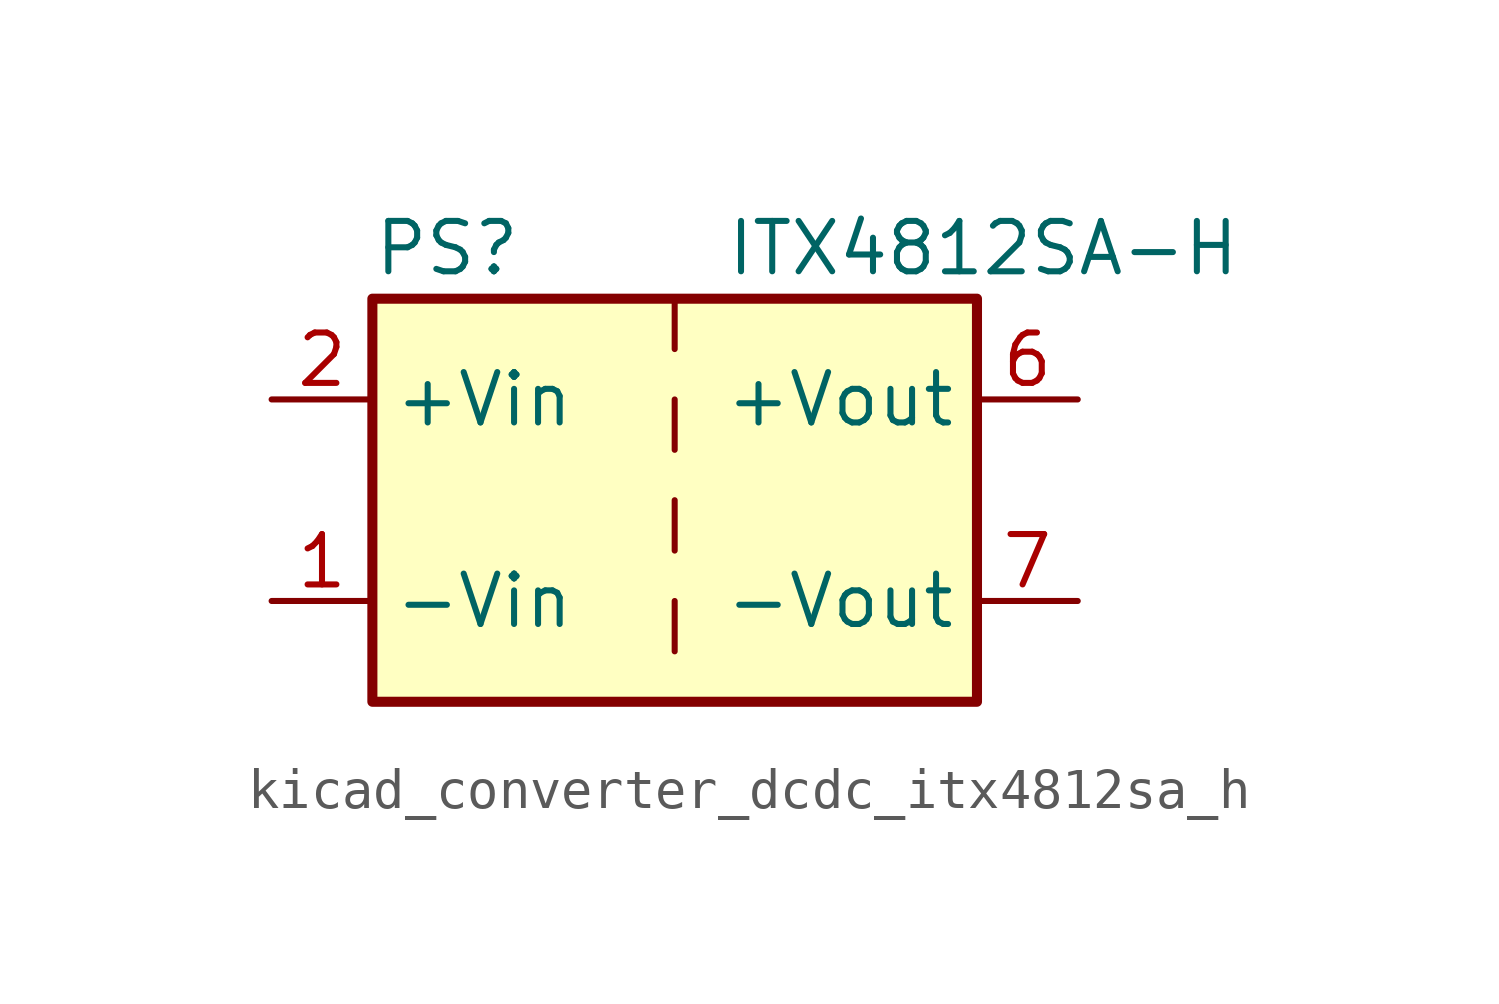
<source format=kicad_sym>
(kicad_symbol_lib
  (version 20220914)
  (generator kicad_symbol_editor)
  (symbol "kicad_converter_dcdc_itx4812sa_h"
    (property "Reference" "PS"
      (at -7.62 6.35 0)
      (effects (font (size 1.27 1.27)) (justify left)))
    (property "Value" "ITX4812SA-H"
      (at 1.27 6.35 0)
      (effects (font (size 1.27 1.27)) (justify left)))
    (symbol "kicad_converter_dcdc_itx4812sa_h_0_0"
      (pin power_in line (at -10.16 -2.54 0) (length 2.54) (name "-Vin" (effects (font (size 1.27 1.27)))) (number "1" (effects (font (size 1.27 1.27)))))
      (pin power_in line (at -10.16 2.54 0) (length 2.54) (name "+Vin" (effects (font (size 1.27 1.27)))) (number "2" (effects (font (size 1.27 1.27)))))
      (pin power_out line (at 10.16 2.54 180) (length 2.54) (name "+Vout" (effects (font (size 1.27 1.27)))) (number "6" (effects (font (size 1.27 1.27)))))
      (pin power_out line (at 10.16 -2.54 180) (length 2.54) (name "-Vout" (effects (font (size 1.27 1.27)))) (number "7" (effects (font (size 1.27 1.27)))))
      (pin no_connect line (at 7.62 0 180) (length 2.54) hide (name "NC" (effects (font (size 1.27 1.27)))) (number "8" (effects (font (size 1.27 1.27))))))
    (symbol "kicad_converter_dcdc_itx4812sa_h_0_1"
      (rectangle (start -7.62 5.08) (end 7.62 -5.08) (stroke (width 0.254) (type default)) (fill (type background)))
      (polyline (pts (xy 0 -2.54) (xy 0 -3.81)) (stroke (width 0) (type default)) (fill (type none)))
      (polyline (pts (xy 0 0) (xy 0 -1.27)) (stroke (width 0) (type default)) (fill (type none)))
      (polyline (pts (xy 0 2.54) (xy 0 1.27)) (stroke (width 0) (type default)) (fill (type none)))
      (polyline (pts (xy 0 5.08) (xy 0 3.81)) (stroke (width 0) (type default)) (fill (type none))))))
</source>
